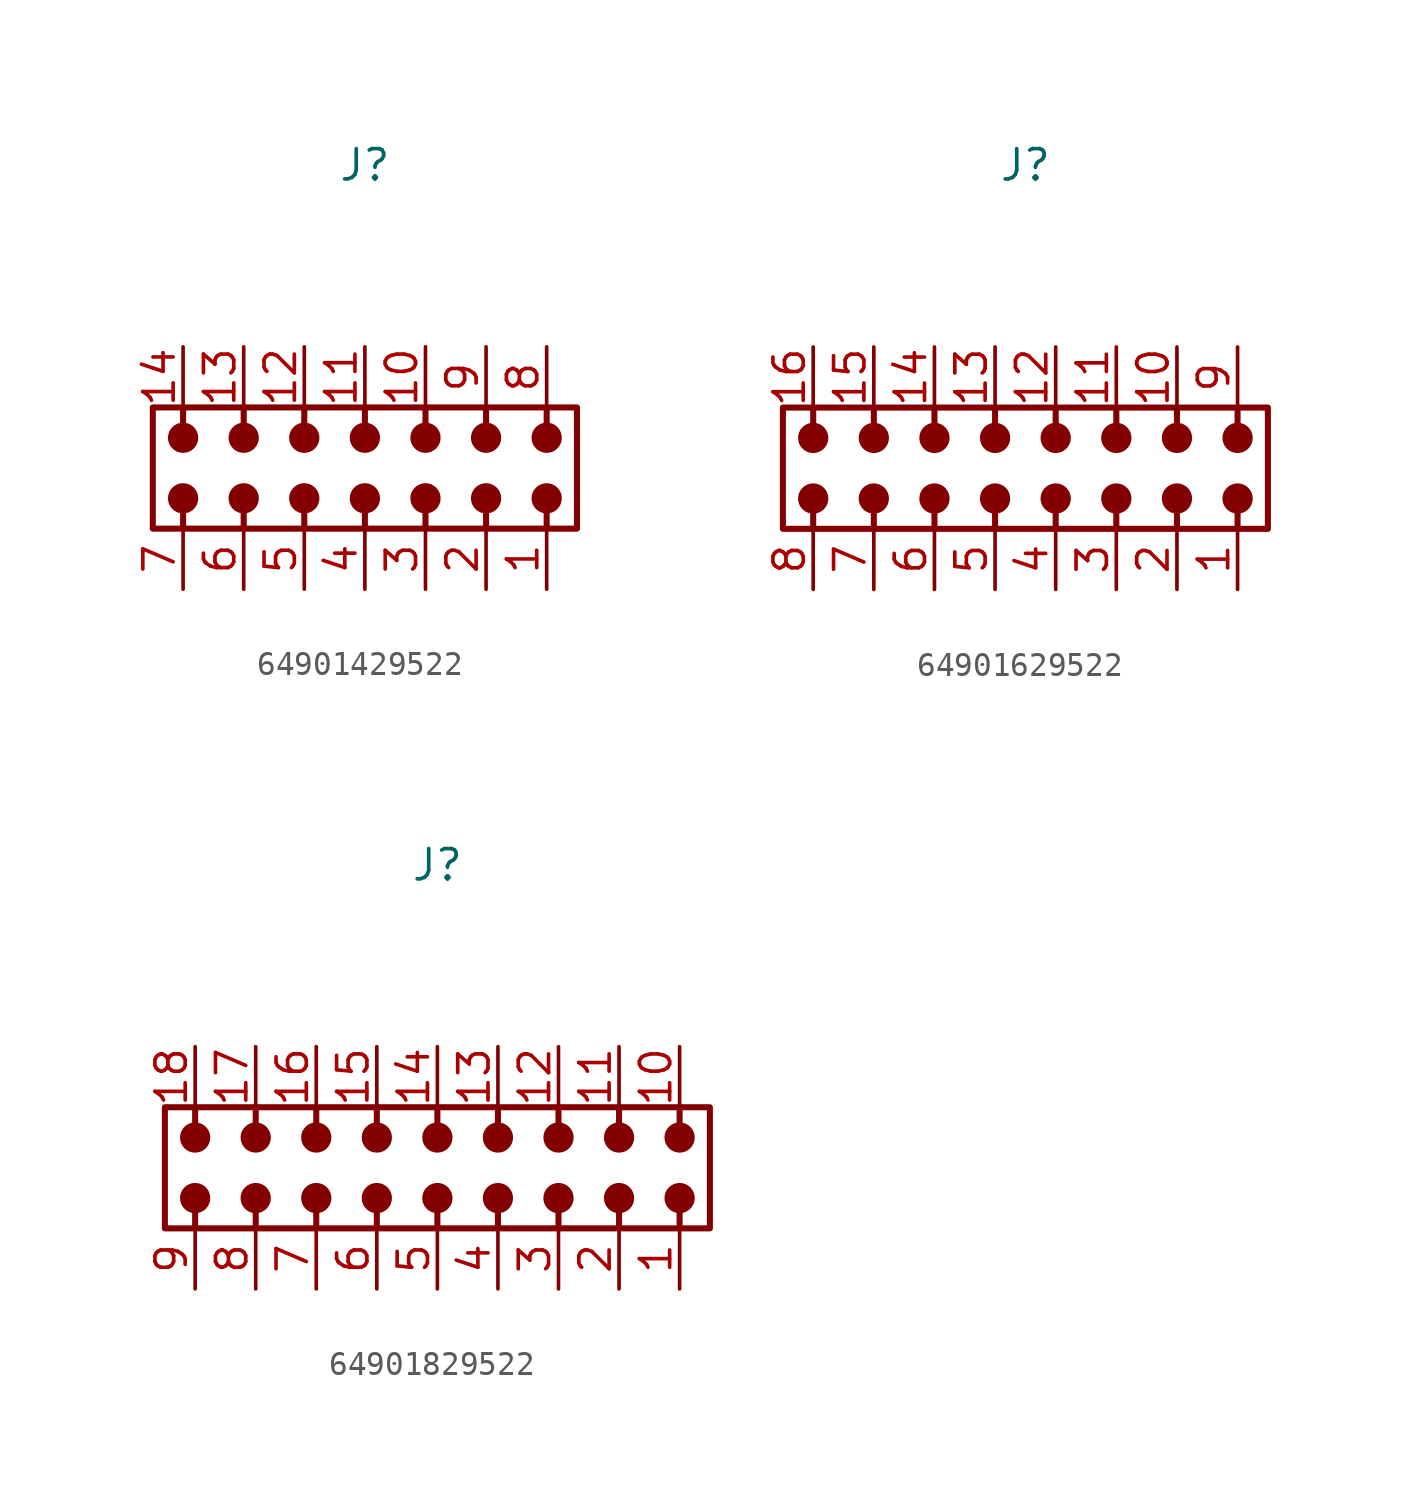
<source format=kicad_sym>
(kicad_symbol_lib
  (version 20241209)
  (generator "kicad_symbol_editor")
  (generator_version "9.0")
  (symbol "64901429522"
    (pin_names
      (hide yes))
    (property "Reference" "J"
      (at 0 12.7 0)
      (effects (font (size 1.27 1.27))))
    (symbol "64901429522_1_1"
      (rectangle (start -8.89 2.54) (end 8.89 -2.54) (stroke (width 0.254) (type solid)) (fill (type none)))
      (polyline (pts (xy -7.62 1.778) (xy -7.62 2.54)) (stroke (width 0.254) (type solid)) (fill (type none)))
      (circle (center -7.62 1.27) (radius 0.508) (stroke (width 0.254) (type solid)) (fill (type outline)))
      (circle (center -7.62 -1.27) (radius 0.508) (stroke (width 0.254) (type solid)) (fill (type outline)))
      (polyline (pts (xy -7.62 -1.778) (xy -7.62 -2.54)) (stroke (width 0.254) (type solid)) (fill (type none)))
      (polyline (pts (xy -5.08 1.778) (xy -5.08 2.54)) (stroke (width 0.254) (type solid)) (fill (type none)))
      (circle (center -5.08 1.27) (radius 0.508) (stroke (width 0.254) (type solid)) (fill (type outline)))
      (circle (center -5.08 -1.27) (radius 0.508) (stroke (width 0.254) (type solid)) (fill (type outline)))
      (polyline (pts (xy -5.08 -1.778) (xy -5.08 -2.54)) (stroke (width 0.254) (type solid)) (fill (type none)))
      (polyline (pts (xy -2.54 1.778) (xy -2.54 2.54)) (stroke (width 0.254) (type solid)) (fill (type none)))
      (circle (center -2.54 1.27) (radius 0.508) (stroke (width 0.254) (type solid)) (fill (type outline)))
      (circle (center -2.54 -1.27) (radius 0.508) (stroke (width 0.254) (type solid)) (fill (type outline)))
      (polyline (pts (xy -2.54 -1.778) (xy -2.54 -2.54)) (stroke (width 0.254) (type solid)) (fill (type none)))
      (polyline (pts (xy 0 1.778) (xy 0 2.54)) (stroke (width 0.254) (type solid)) (fill (type none)))
      (circle (center 0 1.27) (radius 0.508) (stroke (width 0.254) (type solid)) (fill (type outline)))
      (circle (center 0 -1.27) (radius 0.508) (stroke (width 0.254) (type solid)) (fill (type outline)))
      (polyline (pts (xy 0 -1.778) (xy 0 -2.54)) (stroke (width 0.254) (type solid)) (fill (type none)))
      (polyline (pts (xy 2.54 1.778) (xy 2.54 2.54)) (stroke (width 0.254) (type solid)) (fill (type none)))
      (circle (center 2.54 1.27) (radius 0.508) (stroke (width 0.254) (type solid)) (fill (type outline)))
      (circle (center 2.54 -1.27) (radius 0.508) (stroke (width 0.254) (type solid)) (fill (type outline)))
      (polyline (pts (xy 2.54 -1.778) (xy 2.54 -2.54)) (stroke (width 0.254) (type solid)) (fill (type none)))
      (polyline (pts (xy 5.08 1.778) (xy 5.08 2.54)) (stroke (width 0.254) (type solid)) (fill (type none)))
      (circle (center 5.08 1.27) (radius 0.508) (stroke (width 0.254) (type solid)) (fill (type outline)))
      (circle (center 5.08 -1.27) (radius 0.508) (stroke (width 0.254) (type solid)) (fill (type outline)))
      (polyline (pts (xy 5.08 -1.778) (xy 5.08 -2.54)) (stroke (width 0.254) (type solid)) (fill (type none)))
      (polyline (pts (xy 7.62 1.778) (xy 7.62 2.54)) (stroke (width 0.254) (type solid)) (fill (type none)))
      (circle (center 7.62 1.27) (radius 0.508) (stroke (width 0.254) (type solid)) (fill (type outline)))
      (circle (center 7.62 -1.27) (radius 0.508) (stroke (width 0.254) (type solid)) (fill (type outline)))
      (polyline (pts (xy 7.62 -1.778) (xy 7.62 -2.54)) (stroke (width 0.254) (type solid)) (fill (type none)))
      (pin passive line (at -7.62 5.08 270) (length 2.54) (name "14" (effects (font (size 1.27 1.27)))) (number "14" (effects (font (size 1.27 1.27)))))
      (pin passive line (at -7.62 -5.08 90) (length 2.54) (name "7" (effects (font (size 1.27 1.27)))) (number "7" (effects (font (size 1.27 1.27)))))
      (pin passive line (at -5.08 5.08 270) (length 2.54) (name "13" (effects (font (size 1.27 1.27)))) (number "13" (effects (font (size 1.27 1.27)))))
      (pin passive line (at -5.08 -5.08 90) (length 2.54) (name "6" (effects (font (size 1.27 1.27)))) (number "6" (effects (font (size 1.27 1.27)))))
      (pin passive line (at -2.54 5.08 270) (length 2.54) (name "12" (effects (font (size 1.27 1.27)))) (number "12" (effects (font (size 1.27 1.27)))))
      (pin passive line (at -2.54 -5.08 90) (length 2.54) (name "5" (effects (font (size 1.27 1.27)))) (number "5" (effects (font (size 1.27 1.27)))))
      (pin passive line (at 0 5.08 270) (length 2.54) (name "11" (effects (font (size 1.27 1.27)))) (number "11" (effects (font (size 1.27 1.27)))))
      (pin passive line (at 0 -5.08 90) (length 2.54) (name "4" (effects (font (size 1.27 1.27)))) (number "4" (effects (font (size 1.27 1.27)))))
      (pin passive line (at 2.54 5.08 270) (length 2.54) (name "10" (effects (font (size 1.27 1.27)))) (number "10" (effects (font (size 1.27 1.27)))))
      (pin passive line (at 2.54 -5.08 90) (length 2.54) (name "3" (effects (font (size 1.27 1.27)))) (number "3" (effects (font (size 1.27 1.27)))))
      (pin passive line (at 5.08 5.08 270) (length 2.54) (name "9" (effects (font (size 1.27 1.27)))) (number "9" (effects (font (size 1.27 1.27)))))
      (pin passive line (at 5.08 -5.08 90) (length 2.54) (name "2" (effects (font (size 1.27 1.27)))) (number "2" (effects (font (size 1.27 1.27)))))
      (pin passive line (at 7.62 5.08 270) (length 2.54) (name "8" (effects (font (size 1.27 1.27)))) (number "8" (effects (font (size 1.27 1.27)))))
      (pin passive line (at 7.62 -5.08 90) (length 2.54) (name "1" (effects (font (size 1.27 1.27)))) (number "1" (effects (font (size 1.27 1.27)))))))
  (symbol "64901629522"
    (pin_names
      (hide yes))
    (property "Reference" "J"
      (at 0 12.7 0)
      (effects (font (size 1.27 1.27))))
    (symbol "64901629522_1_1"
      (rectangle (start -10.16 2.54) (end 10.16 -2.54) (stroke (width 0.254) (type solid)) (fill (type none)))
      (polyline (pts (xy -8.89 1.778) (xy -8.89 2.54)) (stroke (width 0.254) (type solid)) (fill (type none)))
      (circle (center -8.89 1.27) (radius 0.508) (stroke (width 0.254) (type solid)) (fill (type outline)))
      (circle (center -8.89 -1.27) (radius 0.508) (stroke (width 0.254) (type solid)) (fill (type outline)))
      (polyline (pts (xy -8.89 -1.778) (xy -8.89 -2.54)) (stroke (width 0.254) (type solid)) (fill (type none)))
      (polyline (pts (xy -6.35 1.778) (xy -6.35 2.54)) (stroke (width 0.254) (type solid)) (fill (type none)))
      (circle (center -6.35 1.27) (radius 0.508) (stroke (width 0.254) (type solid)) (fill (type outline)))
      (circle (center -6.35 -1.27) (radius 0.508) (stroke (width 0.254) (type solid)) (fill (type outline)))
      (polyline (pts (xy -6.35 -1.778) (xy -6.35 -2.54)) (stroke (width 0.254) (type solid)) (fill (type none)))
      (polyline (pts (xy -3.81 1.778) (xy -3.81 2.54)) (stroke (width 0.254) (type solid)) (fill (type none)))
      (circle (center -3.81 1.27) (radius 0.508) (stroke (width 0.254) (type solid)) (fill (type outline)))
      (circle (center -3.81 -1.27) (radius 0.508) (stroke (width 0.254) (type solid)) (fill (type outline)))
      (polyline (pts (xy -3.81 -1.778) (xy -3.81 -2.54)) (stroke (width 0.254) (type solid)) (fill (type none)))
      (polyline (pts (xy -1.27 1.778) (xy -1.27 2.54)) (stroke (width 0.254) (type solid)) (fill (type none)))
      (circle (center -1.27 1.27) (radius 0.508) (stroke (width 0.254) (type solid)) (fill (type outline)))
      (circle (center -1.27 -1.27) (radius 0.508) (stroke (width 0.254) (type solid)) (fill (type outline)))
      (polyline (pts (xy -1.27 -1.778) (xy -1.27 -2.54)) (stroke (width 0.254) (type solid)) (fill (type none)))
      (polyline (pts (xy 1.27 1.778) (xy 1.27 2.54)) (stroke (width 0.254) (type solid)) (fill (type none)))
      (circle (center 1.27 1.27) (radius 0.508) (stroke (width 0.254) (type solid)) (fill (type outline)))
      (circle (center 1.27 -1.27) (radius 0.508) (stroke (width 0.254) (type solid)) (fill (type outline)))
      (polyline (pts (xy 1.27 -1.778) (xy 1.27 -2.54)) (stroke (width 0.254) (type solid)) (fill (type none)))
      (polyline (pts (xy 3.81 1.778) (xy 3.81 2.54)) (stroke (width 0.254) (type solid)) (fill (type none)))
      (circle (center 3.81 1.27) (radius 0.508) (stroke (width 0.254) (type solid)) (fill (type outline)))
      (circle (center 3.81 -1.27) (radius 0.508) (stroke (width 0.254) (type solid)) (fill (type outline)))
      (polyline (pts (xy 3.81 -1.778) (xy 3.81 -2.54)) (stroke (width 0.254) (type solid)) (fill (type none)))
      (polyline (pts (xy 6.35 1.778) (xy 6.35 2.54)) (stroke (width 0.254) (type solid)) (fill (type none)))
      (circle (center 6.35 1.27) (radius 0.508) (stroke (width 0.254) (type solid)) (fill (type outline)))
      (circle (center 6.35 -1.27) (radius 0.508) (stroke (width 0.254) (type solid)) (fill (type outline)))
      (polyline (pts (xy 6.35 -1.778) (xy 6.35 -2.54)) (stroke (width 0.254) (type solid)) (fill (type none)))
      (polyline (pts (xy 8.89 1.778) (xy 8.89 2.54)) (stroke (width 0.254) (type solid)) (fill (type none)))
      (circle (center 8.89 1.27) (radius 0.508) (stroke (width 0.254) (type solid)) (fill (type outline)))
      (circle (center 8.89 -1.27) (radius 0.508) (stroke (width 0.254) (type solid)) (fill (type outline)))
      (polyline (pts (xy 8.89 -1.778) (xy 8.89 -2.54)) (stroke (width 0.254) (type solid)) (fill (type none)))
      (pin passive line (at -8.89 5.08 270) (length 2.54) (name "16" (effects (font (size 1.27 1.27)))) (number "16" (effects (font (size 1.27 1.27)))))
      (pin passive line (at -8.89 -5.08 90) (length 2.54) (name "8" (effects (font (size 1.27 1.27)))) (number "8" (effects (font (size 1.27 1.27)))))
      (pin passive line (at -6.35 5.08 270) (length 2.54) (name "15" (effects (font (size 1.27 1.27)))) (number "15" (effects (font (size 1.27 1.27)))))
      (pin passive line (at -6.35 -5.08 90) (length 2.54) (name "7" (effects (font (size 1.27 1.27)))) (number "7" (effects (font (size 1.27 1.27)))))
      (pin passive line (at -3.81 5.08 270) (length 2.54) (name "14" (effects (font (size 1.27 1.27)))) (number "14" (effects (font (size 1.27 1.27)))))
      (pin passive line (at -3.81 -5.08 90) (length 2.54) (name "6" (effects (font (size 1.27 1.27)))) (number "6" (effects (font (size 1.27 1.27)))))
      (pin passive line (at -1.27 5.08 270) (length 2.54) (name "13" (effects (font (size 1.27 1.27)))) (number "13" (effects (font (size 1.27 1.27)))))
      (pin passive line (at -1.27 -5.08 90) (length 2.54) (name "5" (effects (font (size 1.27 1.27)))) (number "5" (effects (font (size 1.27 1.27)))))
      (pin passive line (at 1.27 5.08 270) (length 2.54) (name "12" (effects (font (size 1.27 1.27)))) (number "12" (effects (font (size 1.27 1.27)))))
      (pin passive line (at 1.27 -5.08 90) (length 2.54) (name "4" (effects (font (size 1.27 1.27)))) (number "4" (effects (font (size 1.27 1.27)))))
      (pin passive line (at 3.81 5.08 270) (length 2.54) (name "11" (effects (font (size 1.27 1.27)))) (number "11" (effects (font (size 1.27 1.27)))))
      (pin passive line (at 3.81 -5.08 90) (length 2.54) (name "3" (effects (font (size 1.27 1.27)))) (number "3" (effects (font (size 1.27 1.27)))))
      (pin passive line (at 6.35 5.08 270) (length 2.54) (name "10" (effects (font (size 1.27 1.27)))) (number "10" (effects (font (size 1.27 1.27)))))
      (pin passive line (at 6.35 -5.08 90) (length 2.54) (name "2" (effects (font (size 1.27 1.27)))) (number "2" (effects (font (size 1.27 1.27)))))
      (pin passive line (at 8.89 5.08 270) (length 2.54) (name "9" (effects (font (size 1.27 1.27)))) (number "9" (effects (font (size 1.27 1.27)))))
      (pin passive line (at 8.89 -5.08 90) (length 2.54) (name "1" (effects (font (size 1.27 1.27)))) (number "1" (effects (font (size 1.27 1.27)))))))
  (symbol "64901829522"
    (pin_names
      (hide yes))
    (property "Reference" "J"
      (at 0 12.7 0)
      (effects (font (size 1.27 1.27))))
    (symbol "64901829522_1_1"
      (rectangle (start -11.43 2.54) (end 11.43 -2.54) (stroke (width 0.254) (type solid)) (fill (type none)))
      (polyline (pts (xy -10.16 1.778) (xy -10.16 2.54)) (stroke (width 0.254) (type solid)) (fill (type none)))
      (circle (center -10.16 1.27) (radius 0.508) (stroke (width 0.254) (type solid)) (fill (type outline)))
      (circle (center -10.16 -1.27) (radius 0.508) (stroke (width 0.254) (type solid)) (fill (type outline)))
      (polyline (pts (xy -10.16 -1.778) (xy -10.16 -2.54)) (stroke (width 0.254) (type solid)) (fill (type none)))
      (polyline (pts (xy -7.62 1.778) (xy -7.62 2.54)) (stroke (width 0.254) (type solid)) (fill (type none)))
      (circle (center -7.62 1.27) (radius 0.508) (stroke (width 0.254) (type solid)) (fill (type outline)))
      (circle (center -7.62 -1.27) (radius 0.508) (stroke (width 0.254) (type solid)) (fill (type outline)))
      (polyline (pts (xy -7.62 -1.778) (xy -7.62 -2.54)) (stroke (width 0.254) (type solid)) (fill (type none)))
      (polyline (pts (xy -5.08 1.778) (xy -5.08 2.54)) (stroke (width 0.254) (type solid)) (fill (type none)))
      (circle (center -5.08 1.27) (radius 0.508) (stroke (width 0.254) (type solid)) (fill (type outline)))
      (circle (center -5.08 -1.27) (radius 0.508) (stroke (width 0.254) (type solid)) (fill (type outline)))
      (polyline (pts (xy -5.08 -1.778) (xy -5.08 -2.54)) (stroke (width 0.254) (type solid)) (fill (type none)))
      (polyline (pts (xy -2.54 1.778) (xy -2.54 2.54)) (stroke (width 0.254) (type solid)) (fill (type none)))
      (circle (center -2.54 1.27) (radius 0.508) (stroke (width 0.254) (type solid)) (fill (type outline)))
      (circle (center -2.54 -1.27) (radius 0.508) (stroke (width 0.254) (type solid)) (fill (type outline)))
      (polyline (pts (xy -2.54 -1.778) (xy -2.54 -2.54)) (stroke (width 0.254) (type solid)) (fill (type none)))
      (polyline (pts (xy 0 1.778) (xy 0 2.54)) (stroke (width 0.254) (type solid)) (fill (type none)))
      (circle (center 0 1.27) (radius 0.508) (stroke (width 0.254) (type solid)) (fill (type outline)))
      (circle (center 0 -1.27) (radius 0.508) (stroke (width 0.254) (type solid)) (fill (type outline)))
      (polyline (pts (xy 0 -1.778) (xy 0 -2.54)) (stroke (width 0.254) (type solid)) (fill (type none)))
      (polyline (pts (xy 2.54 1.778) (xy 2.54 2.54)) (stroke (width 0.254) (type solid)) (fill (type none)))
      (circle (center 2.54 1.27) (radius 0.508) (stroke (width 0.254) (type solid)) (fill (type outline)))
      (circle (center 2.54 -1.27) (radius 0.508) (stroke (width 0.254) (type solid)) (fill (type outline)))
      (polyline (pts (xy 2.54 -1.778) (xy 2.54 -2.54)) (stroke (width 0.254) (type solid)) (fill (type none)))
      (polyline (pts (xy 5.08 1.778) (xy 5.08 2.54)) (stroke (width 0.254) (type solid)) (fill (type none)))
      (circle (center 5.08 1.27) (radius 0.508) (stroke (width 0.254) (type solid)) (fill (type outline)))
      (circle (center 5.08 -1.27) (radius 0.508) (stroke (width 0.254) (type solid)) (fill (type outline)))
      (polyline (pts (xy 5.08 -1.778) (xy 5.08 -2.54)) (stroke (width 0.254) (type solid)) (fill (type none)))
      (polyline (pts (xy 7.62 1.778) (xy 7.62 2.54)) (stroke (width 0.254) (type solid)) (fill (type none)))
      (circle (center 7.62 1.27) (radius 0.508) (stroke (width 0.254) (type solid)) (fill (type outline)))
      (circle (center 7.62 -1.27) (radius 0.508) (stroke (width 0.254) (type solid)) (fill (type outline)))
      (polyline (pts (xy 7.62 -1.778) (xy 7.62 -2.54)) (stroke (width 0.254) (type solid)) (fill (type none)))
      (polyline (pts (xy 10.16 1.778) (xy 10.16 2.54)) (stroke (width 0.254) (type solid)) (fill (type none)))
      (circle (center 10.16 1.27) (radius 0.508) (stroke (width 0.254) (type solid)) (fill (type outline)))
      (circle (center 10.16 -1.27) (radius 0.508) (stroke (width 0.254) (type solid)) (fill (type outline)))
      (polyline (pts (xy 10.16 -1.778) (xy 10.16 -2.54)) (stroke (width 0.254) (type solid)) (fill (type none)))
      (pin passive line (at -10.16 5.08 270) (length 2.54) (name "18" (effects (font (size 1.27 1.27)))) (number "18" (effects (font (size 1.27 1.27)))))
      (pin passive line (at -10.16 -5.08 90) (length 2.54) (name "9" (effects (font (size 1.27 1.27)))) (number "9" (effects (font (size 1.27 1.27)))))
      (pin passive line (at -7.62 5.08 270) (length 2.54) (name "17" (effects (font (size 1.27 1.27)))) (number "17" (effects (font (size 1.27 1.27)))))
      (pin passive line (at -7.62 -5.08 90) (length 2.54) (name "8" (effects (font (size 1.27 1.27)))) (number "8" (effects (font (size 1.27 1.27)))))
      (pin passive line (at -5.08 5.08 270) (length 2.54) (name "16" (effects (font (size 1.27 1.27)))) (number "16" (effects (font (size 1.27 1.27)))))
      (pin passive line (at -5.08 -5.08 90) (length 2.54) (name "7" (effects (font (size 1.27 1.27)))) (number "7" (effects (font (size 1.27 1.27)))))
      (pin passive line (at -2.54 5.08 270) (length 2.54) (name "15" (effects (font (size 1.27 1.27)))) (number "15" (effects (font (size 1.27 1.27)))))
      (pin passive line (at -2.54 -5.08 90) (length 2.54) (name "6" (effects (font (size 1.27 1.27)))) (number "6" (effects (font (size 1.27 1.27)))))
      (pin passive line (at 0 5.08 270) (length 2.54) (name "14" (effects (font (size 1.27 1.27)))) (number "14" (effects (font (size 1.27 1.27)))))
      (pin passive line (at 0 -5.08 90) (length 2.54) (name "5" (effects (font (size 1.27 1.27)))) (number "5" (effects (font (size 1.27 1.27)))))
      (pin passive line (at 2.54 5.08 270) (length 2.54) (name "13" (effects (font (size 1.27 1.27)))) (number "13" (effects (font (size 1.27 1.27)))))
      (pin passive line (at 2.54 -5.08 90) (length 2.54) (name "4" (effects (font (size 1.27 1.27)))) (number "4" (effects (font (size 1.27 1.27)))))
      (pin passive line (at 5.08 5.08 270) (length 2.54) (name "12" (effects (font (size 1.27 1.27)))) (number "12" (effects (font (size 1.27 1.27)))))
      (pin passive line (at 5.08 -5.08 90) (length 2.54) (name "3" (effects (font (size 1.27 1.27)))) (number "3" (effects (font (size 1.27 1.27)))))
      (pin passive line (at 7.62 5.08 270) (length 2.54) (name "11" (effects (font (size 1.27 1.27)))) (number "11" (effects (font (size 1.27 1.27)))))
      (pin passive line (at 7.62 -5.08 90) (length 2.54) (name "2" (effects (font (size 1.27 1.27)))) (number "2" (effects (font (size 1.27 1.27)))))
      (pin passive line (at 10.16 5.08 270) (length 2.54) (name "10" (effects (font (size 1.27 1.27)))) (number "10" (effects (font (size 1.27 1.27)))))
      (pin passive line (at 10.16 -5.08 90) (length 2.54) (name "1" (effects (font (size 1.27 1.27)))) (number "1" (effects (font (size 1.27 1.27))))))))
</source>
